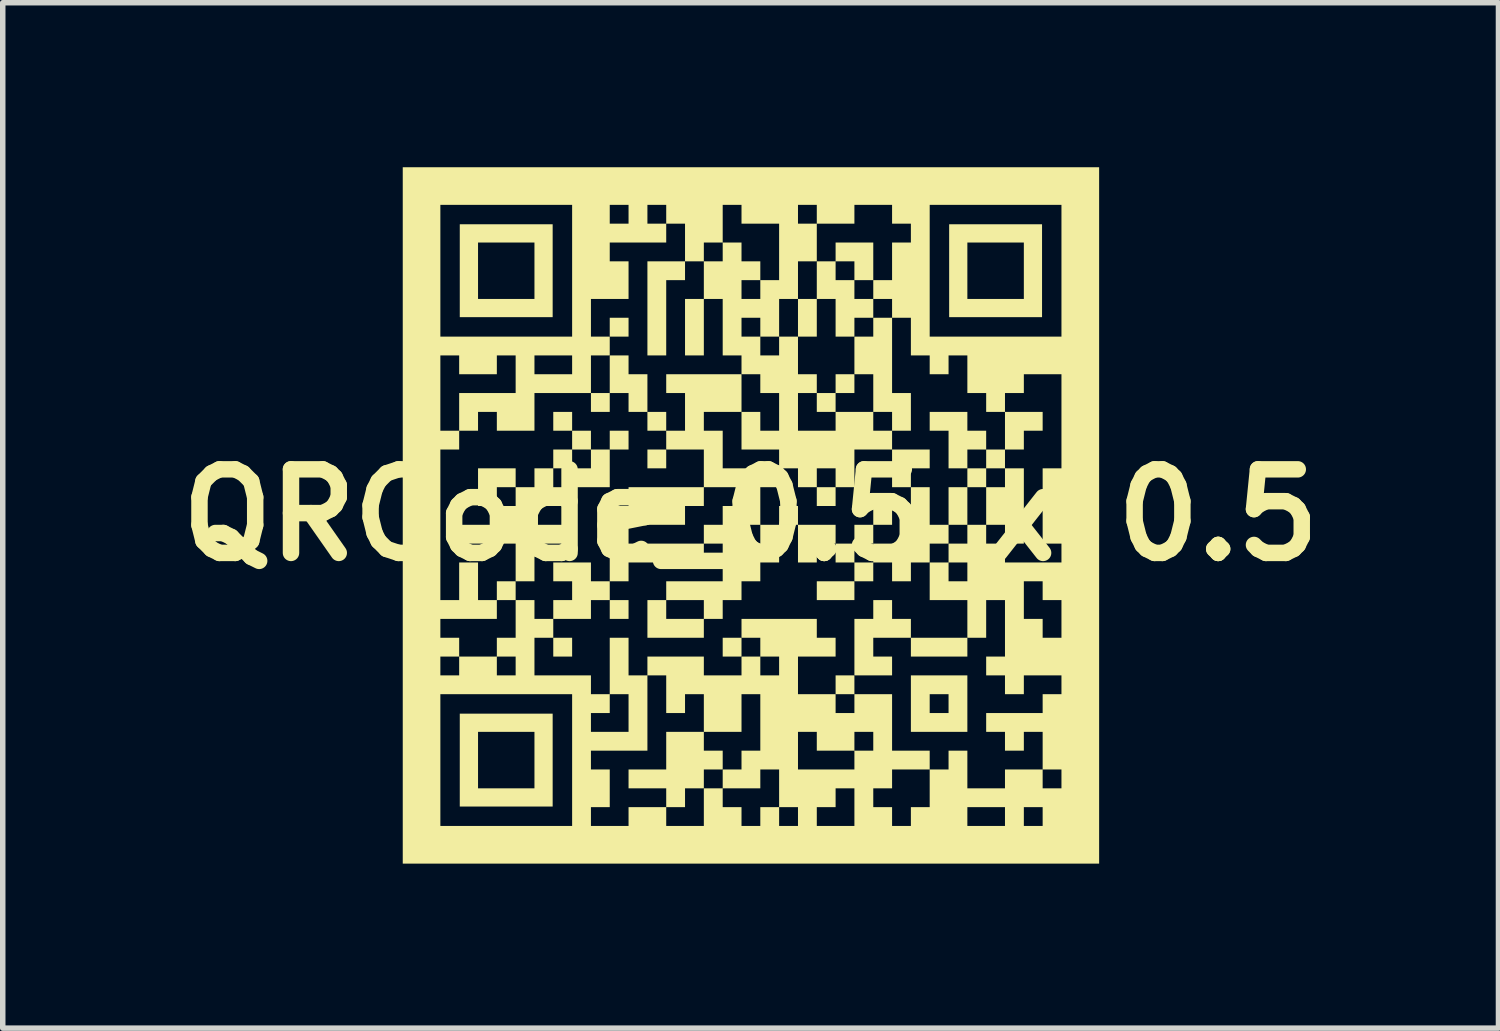
<source format=kicad_pcb>
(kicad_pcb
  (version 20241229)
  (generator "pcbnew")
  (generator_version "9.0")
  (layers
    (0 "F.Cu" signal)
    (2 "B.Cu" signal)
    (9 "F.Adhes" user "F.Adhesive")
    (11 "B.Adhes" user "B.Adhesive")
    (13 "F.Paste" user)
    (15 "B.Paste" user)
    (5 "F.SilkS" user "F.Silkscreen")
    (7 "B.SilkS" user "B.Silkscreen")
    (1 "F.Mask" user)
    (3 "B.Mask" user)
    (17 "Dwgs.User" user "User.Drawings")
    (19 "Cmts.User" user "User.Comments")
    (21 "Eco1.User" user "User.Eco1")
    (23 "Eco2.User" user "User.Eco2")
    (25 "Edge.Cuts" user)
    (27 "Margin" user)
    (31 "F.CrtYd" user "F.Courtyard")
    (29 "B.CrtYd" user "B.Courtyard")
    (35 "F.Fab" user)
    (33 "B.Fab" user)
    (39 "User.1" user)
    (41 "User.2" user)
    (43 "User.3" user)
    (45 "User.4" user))
  (footprint "QRCode_0.5 x 0.5"
    (layer "F.Cu")
    (at 10.639 6.344)
    (property "Reference" "QRCode_0.5 x 0.5" (at 0 0 0) (layer "F.SilkS") (effects (font (size 1.524 1.524) (thickness 0.3))))
    (attr board_only exclude_from_pos_files exclude_from_bom)
    (fp_poly (pts (xy -4.285 1.55) (xy -4.628 1.55) (xy -4.628 1.207) (xy -4.285 1.207)) (stroke (width 0) (type solid)) (fill yes) (layer "F.SilkS"))
    (fp_poly (pts (xy -3.255 -1.539) (xy -3.599 -1.539) (xy -3.599 -1.882) (xy -3.255 -1.882)) (stroke (width 0) (type solid)) (fill yes) (layer "F.SilkS"))
    (fp_poly (pts (xy -3.255 2.58) (xy -3.599 2.58) (xy -3.599 2.237) (xy -3.255 2.237)) (stroke (width 0) (type solid)) (fill yes) (layer "F.SilkS"))
    (fp_poly (pts (xy -2.569 -1.882) (xy -2.912 -1.882) (xy -2.912 -2.226) (xy -2.569 -2.226)) (stroke (width 0) (type solid)) (fill yes) (layer "F.SilkS"))
    (fp_poly (pts (xy -2.226 -3.255) (xy -2.569 -3.255) (xy -2.569 -3.599) (xy -2.226 -3.599)) (stroke (width 0) (type solid)) (fill yes) (layer "F.SilkS"))
    (fp_poly (pts (xy -2.226 -1.196) (xy -2.569 -1.196) (xy -2.569 -1.539) (xy -2.226 -1.539)) (stroke (width 0) (type solid)) (fill yes) (layer "F.SilkS"))
    (fp_poly (pts (xy -2.226 1.893) (xy -2.569 1.893) (xy -2.569 1.55) (xy -2.226 1.55)) (stroke (width 0) (type solid)) (fill yes) (layer "F.SilkS"))
    (fp_poly (pts (xy -1.539 -1.539) (xy -1.882 -1.539) (xy -1.882 -1.882) (xy -1.539 -1.882)) (stroke (width 0) (type solid)) (fill yes) (layer "F.SilkS"))
    (fp_poly (pts (xy -1.539 -0.853) (xy -1.882 -0.853) (xy -1.882 -1.196) (xy -1.539 -1.196)) (stroke (width 0) (type solid)) (fill yes) (layer "F.SilkS"))
    (fp_poly (pts (xy -0.853 -2.912) (xy -1.196 -2.912) (xy -1.196 -3.942) (xy -0.853 -3.942)) (stroke (width 0) (type solid)) (fill yes) (layer "F.SilkS"))
    (fp_poly (pts (xy -0.166 2.58) (xy -0.509 2.58) (xy -0.509 2.237) (xy -0.166 2.237)) (stroke (width 0) (type solid)) (fill yes) (layer "F.SilkS"))
    (fp_poly (pts (xy 0.864 0.177) (xy 0.52 0.177) (xy 0.52 -0.166) (xy 0.864 -0.166)) (stroke (width 0) (type solid)) (fill yes) (layer "F.SilkS"))
    (fp_poly (pts (xy 1.207 -3.255) (xy 0.864 -3.255) (xy 0.864 -3.942) (xy 1.207 -3.942)) (stroke (width 0) (type solid)) (fill yes) (layer "F.SilkS"))
    (fp_poly (pts (xy 1.55 -1.882) (xy 1.207 -1.882) (xy 1.207 -2.226) (xy 1.55 -2.226)) (stroke (width 0) (type solid)) (fill yes) (layer "F.SilkS"))
    (fp_poly (pts (xy 1.55 -0.166) (xy 1.207 -0.166) (xy 1.207 -0.509) (xy 1.55 -0.509)) (stroke (width 0) (type solid)) (fill yes) (layer "F.SilkS"))
    (fp_poly (pts (xy 1.893 -2.226) (xy 1.55 -2.226) (xy 1.55 -2.569) (xy 1.893 -2.569)) (stroke (width 0) (type solid)) (fill yes) (layer "F.SilkS"))
    (fp_poly (pts (xy 1.893 1.55) (xy 1.207 1.55) (xy 1.207 1.207) (xy 1.893 1.207)) (stroke (width 0) (type solid)) (fill yes) (layer "F.SilkS"))
    (fp_poly (pts (xy 1.893 3.266) (xy 1.55 3.266) (xy 1.55 2.923) (xy 1.893 2.923)) (stroke (width 0) (type solid)) (fill yes) (layer "F.SilkS"))
    (fp_poly (pts (xy 2.58 0.177) (xy 2.237 0.177) (xy 2.237 -0.166) (xy 2.58 -0.166)) (stroke (width 0) (type solid)) (fill yes) (layer "F.SilkS"))
    (fp_poly (pts (xy 3.953 0.177) (xy 3.61 0.177) (xy 3.61 -0.509) (xy 3.953 -0.509)) (stroke (width 0) (type solid)) (fill yes) (layer "F.SilkS"))
    (fp_poly (pts (xy 3.953 2.58) (xy 2.923 2.58) (xy 2.923 2.237) (xy 3.953 2.237)) (stroke (width 0) (type solid)) (fill yes) (layer "F.SilkS"))
    (fp_poly (pts (xy -1.196 -4.285) (xy -1.539 -4.285) (xy -1.539 -2.912) (xy -1.882 -2.912) (xy -1.882 -4.628) (xy -1.196 -4.628)) (stroke (width 0) (type solid)) (fill yes) (layer "F.SilkS"))
    (fp_poly (pts (xy 1.55 0.52) (xy 1.207 0.52) (xy 1.207 0.864) (xy 0.864 0.864) (xy 0.864 0.177) (xy 1.55 0.177)) (stroke (width 0) (type solid)) (fill yes) (layer "F.SilkS"))
    (fp_poly (pts (xy 3.266 -0.853) (xy 2.923 -0.853) (xy 2.923 -0.509) (xy 2.58 -0.509) (xy 2.58 -1.196) (xy 3.266 -1.196)) (stroke (width 0) (type solid)) (fill yes) (layer "F.SilkS"))
    (fp_poly (pts (xy 5.326 -1.539) (xy 4.983 -1.539) (xy 4.983 -1.196) (xy 4.639 -1.196) (xy 4.639 -1.882) (xy 5.326 -1.882)) (stroke (width 0) (type solid)) (fill yes) (layer "F.SilkS"))
    (fp_poly (pts (xy -2.569 -2.912) (xy -2.226 -2.912) (xy -2.226 -2.569) (xy -1.882 -2.569) (xy -1.882 -1.882) (xy -2.226 -1.882) (xy -2.226 -2.226) (xy -2.569 -2.226)) (stroke (width 0) (type solid)) (fill yes) (layer "F.SilkS"))
    (fp_poly (pts (xy 4.983 0.52) (xy 4.639 0.52) (xy 4.639 0.177) (xy 4.296 0.177) (xy 4.296 -0.509) (xy 4.639 -0.509) (xy 4.639 -0.853) (xy 4.983 -0.853)) (stroke (width 0) (type solid)) (fill yes) (layer "F.SilkS"))
    (fp_poly (pts (xy -3.61 -3.61) (xy -5.304 -3.61) (xy -5.304 -3.942) (xy -4.971 -3.942) (xy -3.942 -3.942) (xy -3.942 -4.971) (xy -4.971 -4.971) (xy -4.971 -3.942) (xy -5.304 -3.942) (xy -5.304 -5.304) (xy -3.61 -5.304)) (stroke (width 0) (type solid)) (fill yes) (layer "F.SilkS"))
    (fp_poly (pts (xy -3.61 5.315) (xy -5.304 5.315) (xy -5.304 4.983) (xy -4.971 4.983) (xy -3.942 4.983) (xy -3.942 3.953) (xy -4.971 3.953) (xy -4.971 4.983) (xy -5.304 4.983) (xy -5.304 3.621) (xy -3.61 3.621)) (stroke (width 0) (type solid)) (fill yes) (layer "F.SilkS"))
    (fp_poly (pts (xy 3.953 3.953) (xy 2.923 3.953) (xy 2.923 3.61) (xy 3.266 3.61) (xy 3.61 3.61) (xy 3.61 3.266) (xy 3.266 3.266) (xy 3.266 3.61) (xy 2.923 3.61) (xy 2.923 2.923) (xy 3.953 2.923)) (stroke (width 0) (type solid)) (fill yes) (layer "F.SilkS"))
    (fp_poly (pts (xy 5.315 -3.61) (xy 3.621 -3.61) (xy 3.621 -3.942) (xy 3.953 -3.942) (xy 4.983 -3.942) (xy 4.983 -4.971) (xy 3.953 -4.971) (xy 3.953 -3.942) (xy 3.621 -3.942) (xy 3.621 -5.304) (xy 5.315 -5.304)) (stroke (width 0) (type solid)) (fill yes) (layer "F.SilkS"))
    (fp_poly (pts (xy -2.912 1.207) (xy -2.569 1.207) (xy -2.569 1.55) (xy -2.912 1.55) (xy -2.912 1.893) (xy -3.599 1.893) (xy -3.599 1.55) (xy -3.255 1.55) (xy -3.255 1.207) (xy -3.599 1.207) (xy -3.599 0.864) (xy -2.912 0.864)) (stroke (width 0) (type solid)) (fill yes) (layer "F.SilkS"))
    (fp_poly (pts (xy 2.58 1.893) (xy 2.923 1.893) (xy 2.923 2.237) (xy 2.237 2.237) (xy 2.237 2.58) (xy 2.58 2.58) (xy 2.58 2.923) (xy 1.893 2.923) (xy 1.893 1.893) (xy 2.237 1.893) (xy 2.237 1.55) (xy 2.58 1.55)) (stroke (width 0) (type solid)) (fill yes) (layer "F.SilkS"))
    (fp_poly (pts (xy -0.853 4.296) (xy -0.509 4.296) (xy -0.509 4.639) (xy -0.853 4.639) (xy -0.853 4.983) (xy -1.196 4.983) (xy -1.196 5.326) (xy -1.539 5.326) (xy -1.539 4.983) (xy -2.226 4.983) (xy -2.226 4.639) (xy -1.539 4.639) (xy -1.539 3.953) (xy -0.853 3.953)) (stroke (width 0) (type solid)) (fill yes) (layer "F.SilkS"))
    (fp_poly (pts (xy 4.639 -1.196) (xy 4.639 -0.853) (xy 4.296 -0.853) (xy 4.296 -0.509) (xy 3.953 -0.509) (xy 3.953 -0.853) (xy 4.296 -0.853) (xy 4.296 -1.196) (xy 3.953 -1.196) (xy 3.953 -0.853) (xy 3.61 -0.853) (xy 3.61 -1.539) (xy 3.266 -1.539) (xy 3.266 -1.882) (xy 3.953 -1.882) (xy 3.953 -1.539) (xy 4.296 -1.539) (xy 4.296 -1.196)) (stroke (width 0) (type solid)) (fill yes) (layer "F.SilkS"))
    (fp_poly (pts (xy 3.266 0.177) (xy 3.61 0.177) (xy 3.61 0.52) (xy 3.266 0.52) (xy 3.266 0.864) (xy 2.923 0.864) (xy 2.923 1.207) (xy 2.58 1.207) (xy 2.58 0.864) (xy 2.237 0.864) (xy 2.237 1.207) (xy 1.893 1.207) (xy 1.893 0.864) (xy 2.237 0.864) (xy 2.237 0.52) (xy 1.893 0.52) (xy 1.893 0.864) (xy 1.55 0.864) (xy 1.55 0.52) (xy 1.893 0.52) (xy 1.893 0.177) (xy 2.237 0.177) (xy 2.237 0.52) (xy 2.923 0.52) (xy 2.923 -0.509) (xy 3.266 -0.509)) (stroke (width 0) (type solid)) (fill yes) (layer "F.SilkS"))
    (fp_poly (pts (xy 1.893 -3.255) (xy 2.237 -3.255) (xy 2.237 -3.599) (xy 1.893 -3.599) (xy 1.893 -3.255) (xy 1.55 -3.255) (xy 1.55 -3.942) (xy 1.207 -3.942) (xy 1.207 -4.285) (xy 1.55 -4.285) (xy 1.893 -4.285) (xy 1.893 -4.628) (xy 1.55 -4.628) (xy 1.55 -4.285) (xy 1.207 -4.285) (xy 1.207 -4.628) (xy 1.55 -4.628) (xy 1.55 -4.971) (xy 2.237 -4.971) (xy 2.237 -4.285) (xy 1.893 -4.285) (xy 1.893 -3.942) (xy 2.237 -3.942) (xy 2.237 -3.599) (xy 2.58 -3.599) (xy 2.58 -2.226) (xy 2.923 -2.226) (xy 2.923 -1.539) (xy 2.58 -1.539) (xy 2.58 -1.882) (xy 2.237 -1.882) (xy 2.237 -2.569) (xy 1.893 -2.569)) (stroke (width 0) (type solid)) (fill yes) (layer "F.SilkS"))
    (fp_poly (pts (xy -2.569 -1.196) (xy -2.569 -0.509) (xy -3.255 -0.509) (xy -3.255 -0.166) (xy -3.942 -0.166) (xy -3.942 0.177) (xy -3.255 0.177) (xy -3.255 0.52) (xy -3.942 0.52) (xy -3.942 1.207) (xy -4.285 1.207) (xy -4.285 0.52) (xy -5.315 0.52) (xy -5.315 0.177) (xy -4.628 0.177) (xy -4.628 -0.166) (xy -4.285 -0.166) (xy -4.285 -0.509) (xy -4.628 -0.509) (xy -4.628 -0.166) (xy -4.971 -0.166) (xy -4.971 -0.853) (xy -4.285 -0.853) (xy -4.285 -0.509) (xy -3.942 -0.509) (xy -3.599 -0.509) (xy -3.255 -0.509) (xy -3.255 -0.853) (xy -2.912 -0.853) (xy -2.912 -1.196) (xy -3.255 -1.196) (xy -3.255 -0.853) (xy -3.599 -0.853) (xy -3.599 -0.509) (xy -3.942 -0.509) (xy -3.942 -0.853) (xy -3.599 -0.853) (xy -3.599 -1.196) (xy -3.255 -1.196) (xy -3.255 -1.539) (xy -2.912 -1.539) (xy -2.912 -1.196)) (stroke (width 0) (type solid)) (fill yes) (layer "F.SilkS"))
    (fp_poly (pts (xy -1.539 -1.539) (xy -1.196 -1.539) (xy -1.196 -2.226) (xy -1.539 -2.226) (xy -1.539 -2.569) (xy -0.166 -2.569) (xy -0.166 -1.882) (xy -0.853 -1.882) (xy -0.853 -1.539) (xy -0.509 -1.539) (xy -0.509 -0.853) (xy 0.52 -0.853) (xy 0.52 -0.509) (xy 0.177 -0.509) (xy 0.177 0.177) (xy 0.52 0.177) (xy 0.52 0.864) (xy 0.177 0.864) (xy 0.177 1.207) (xy -0.166 1.207) (xy -0.166 1.55) (xy -0.509 1.55) (xy -0.509 1.893) (xy -0.853 1.893) (xy -0.853 2.237) (xy -1.882 2.237) (xy -1.882 1.893) (xy -1.539 1.893) (xy -0.853 1.893) (xy -0.853 1.55) (xy -1.539 1.55) (xy -1.539 1.893) (xy -1.882 1.893) (xy -1.882 1.55) (xy -1.539 1.55) (xy -1.539 1.207) (xy -0.509 1.207) (xy -0.509 0.52) (xy -0.166 0.52) (xy 0.177 0.52) (xy 0.177 0.177) (xy -0.166 0.177) (xy -0.166 0.52) (xy -0.509 0.52) (xy -0.853 0.52) (xy -0.853 0.864) (xy -2.226 0.864) (xy -2.226 1.207) (xy -2.569 1.207) (xy -2.569 0.52) (xy -2.226 0.52) (xy -0.853 0.52) (xy -0.853 0.177) (xy -0.509 0.177) (xy -0.509 -0.166) (xy -0.166 -0.166) (xy -0.166 -0.509) (xy -0.853 -0.509) (xy -0.853 -0.166) (xy -1.196 -0.166) (xy -1.196 0.177) (xy -2.226 0.177) (xy -2.226 0.52) (xy -2.569 0.52) (xy -2.569 -0.166) (xy -2.226 -0.166) (xy -2.226 -0.509) (xy -0.853 -0.509) (xy -0.853 -1.196) (xy -1.539 -1.196)) (stroke (width 0) (type solid)) (fill yes) (layer "F.SilkS"))
    (fp_poly (pts (xy 6.356 6.356) (xy -6.344 6.356) (xy -6.344 5.669) (xy -5.658 5.669) (xy -3.255 5.669) (xy -2.912 5.669) (xy -2.226 5.669) (xy -2.226 5.326) (xy -1.539 5.326) (xy -1.539 5.669) (xy -0.853 5.669) (xy -0.853 5.326) (xy -0.509 5.326) (xy -0.166 5.326) (xy -0.166 5.669) (xy 0.177 5.669) (xy 0.52 5.669) (xy 0.864 5.669) (xy 1.207 5.669) (xy 1.893 5.669) (xy 1.893 5.326) (xy 2.237 5.326) (xy 2.58 5.326) (xy 2.58 5.669) (xy 2.923 5.669) (xy 3.953 5.669) (xy 4.639 5.669) (xy 4.983 5.669) (xy 5.326 5.669) (xy 5.326 5.326) (xy 4.983 5.326) (xy 4.983 5.669) (xy 4.639 5.669) (xy 4.639 5.326) (xy 3.953 5.326) (xy 3.953 5.669) (xy 2.923 5.669) (xy 2.923 5.326) (xy 3.266 5.326) (xy 3.266 4.639) (xy 2.58 4.639) (xy 2.58 4.983) (xy 2.237 4.983) (xy 2.237 5.326) (xy 1.893 5.326) (xy 1.893 4.983) (xy 1.55 4.983) (xy 1.55 5.326) (xy 1.207 5.326) (xy 1.207 5.669) (xy 0.864 5.669) (xy 0.864 5.326) (xy 0.52 5.326) (xy 0.52 5.669) (xy 0.177 5.669) (xy 0.177 5.326) (xy 0.52 5.326) (xy 0.52 4.639) (xy 0.864 4.639) (xy 1.893 4.639) (xy 1.893 4.296) (xy 2.237 4.296) (xy 2.237 3.953) (xy 1.893 3.953) (xy 1.893 4.296) (xy 1.207 4.296) (xy 1.207 3.953) (xy 0.864 3.953) (xy 0.864 4.639) (xy 0.52 4.639) (xy 0.177 4.639) (xy 0.177 4.983) (xy -0.509 4.983) (xy -0.509 5.326) (xy -0.853 5.326) (xy -0.853 4.983) (xy -0.509 4.983) (xy -0.509 4.639) (xy -0.166 4.639) (xy -0.166 4.296) (xy 0.177 4.296) (xy 0.177 3.266) (xy -0.166 3.266) (xy -0.166 3.953) (xy -0.853 3.953) (xy -0.853 3.266) (xy -1.196 3.266) (xy -1.196 3.61) (xy -1.539 3.61) (xy -1.539 2.923) (xy -1.882 2.923) (xy -1.882 4.296) (xy -2.912 4.296) (xy -2.912 4.639) (xy -2.569 4.639) (xy -2.569 5.326) (xy -2.912 5.326) (xy -2.912 5.669) (xy -3.255 5.669) (xy -3.255 3.953) (xy -2.912 3.953) (xy -2.226 3.953) (xy -2.226 3.266) (xy -2.569 3.266) (xy -2.569 3.61) (xy -2.912 3.61) (xy -2.912 3.953) (xy -3.255 3.953) (xy -3.255 3.266) (xy -5.658 3.266) (xy -5.658 5.669) (xy -6.344 5.669) (xy -6.344 2.923) (xy -5.658 2.923) (xy -5.315 2.923) (xy -4.628 2.923) (xy -4.285 2.923) (xy -4.285 2.58) (xy -4.628 2.58) (xy -4.628 2.923) (xy -5.315 2.923) (xy -5.315 2.58) (xy -5.658 2.58) (xy -5.658 2.923) (xy -6.344 2.923) (xy -6.344 2.237) (xy -5.658 2.237) (xy -5.315 2.237) (xy -5.315 2.58) (xy -4.628 2.58) (xy -4.628 2.237) (xy -4.285 2.237) (xy -4.285 1.55) (xy -3.942 1.55) (xy -3.942 1.893) (xy -3.599 1.893) (xy -3.599 2.237) (xy -3.942 2.237) (xy -3.942 2.923) (xy -2.912 2.923) (xy -2.912 3.266) (xy -2.569 3.266) (xy -2.569 2.237) (xy -2.226 2.237) (xy -2.226 2.923) (xy -1.882 2.923) (xy -1.882 2.58) (xy -0.853 2.58) (xy -0.853 2.923) (xy -0.166 2.923) (xy 0.177 2.923) (xy 0.52 2.923) (xy 0.52 2.58) (xy 0.177 2.58) (xy 0.177 2.923) (xy -0.166 2.923) (xy -0.166 2.58) (xy 0.177 2.58) (xy 0.177 2.237) (xy -0.166 2.237) (xy -0.166 1.893) (xy 1.207 1.893) (xy 1.207 2.237) (xy 1.55 2.237) (xy 1.55 2.58) (xy 0.864 2.58) (xy 0.864 3.266) (xy 1.55 3.266) (xy 1.55 3.61) (xy 1.893 3.61) (xy 1.893 3.266) (xy 2.58 3.266) (xy 2.58 4.296) (xy 3.266 4.296) (xy 3.266 4.639) (xy 3.61 4.639) (xy 3.61 4.296) (xy 3.953 4.296) (xy 3.953 4.983) (xy 4.639 4.983) (xy 5.326 4.983) (xy 5.669 4.983) (xy 5.669 4.639) (xy 5.326 4.639) (xy 5.326 4.983) (xy 4.639 4.983) (xy 4.639 4.639) (xy 5.326 4.639) (xy 5.326 3.953) (xy 4.983 3.953) (xy 4.983 4.296) (xy 4.639 4.296) (xy 4.639 3.953) (xy 4.296 3.953) (xy 4.296 3.61) (xy 5.326 3.61) (xy 5.326 3.266) (xy 5.669 3.266) (xy 5.669 2.923) (xy 4.983 2.923) (xy 4.983 3.266) (xy 4.639 3.266) (xy 4.639 2.923) (xy 4.296 2.923) (xy 4.296 2.58) (xy 4.639 2.58) (xy 4.639 1.893) (xy 4.983 1.893) (xy 5.326 1.893) (xy 5.326 2.237) (xy 5.669 2.237) (xy 5.669 1.55) (xy 5.326 1.55) (xy 5.326 1.207) (xy 4.983 1.207) (xy 4.983 1.893) (xy 4.639 1.893) (xy 4.639 1.55) (xy 4.296 1.55) (xy 4.296 2.237) (xy 3.953 2.237) (xy 3.953 1.55) (xy 3.266 1.55) (xy 3.266 1.207) (xy 3.61 1.207) (xy 3.953 1.207) (xy 3.953 0.864) (xy 3.61 0.864) (xy 3.61 1.207) (xy 3.266 1.207) (xy 3.266 0.864) (xy 3.61 0.864) (xy 3.61 0.52) (xy 3.953 0.52) (xy 3.953 0.177) (xy 4.296 0.177) (xy 4.296 0.52) (xy 4.639 0.52) (xy 4.639 0.864) (xy 5.669 0.864) (xy 5.669 0.52) (xy 5.326 0.52) (xy 5.326 -0.853) (xy 5.669 -0.853) (xy 5.669 -2.569) (xy 4.983 -2.569) (xy 4.983 -2.226) (xy 4.639 -2.226) (xy 4.639 -1.882) (xy 4.296 -1.882) (xy 4.296 -2.226) (xy 3.953 -2.226) (xy 3.953 -2.912) (xy 3.61 -2.912) (xy 3.61 -2.569) (xy 3.266 -2.569) (xy 3.266 -2.912) (xy 2.923 -2.912) (xy 2.923 -3.255) (xy 3.266 -3.255) (xy 5.669 -3.255) (xy 5.669 -5.658) (xy 3.266 -5.658) (xy 3.266 -3.255) (xy 2.923 -3.255) (xy 2.923 -3.599) (xy 2.58 -3.599) (xy 2.58 -3.942) (xy 2.237 -3.942) (xy 2.237 -4.285) (xy 2.58 -4.285) (xy 2.58 -4.971) (xy 2.923 -4.971) (xy 2.923 -5.315) (xy 2.58 -5.315) (xy 2.58 -5.658) (xy 1.893 -5.658) (xy 1.893 -5.315) (xy 1.207 -5.315) (xy 1.207 -4.628) (xy 0.864 -4.628) (xy 0.864 -3.942) (xy 0.52 -3.942) (xy 0.52 -3.255) (xy 0.864 -3.255) (xy 0.864 -2.569) (xy 1.207 -2.569) (xy 1.207 -2.226) (xy 0.864 -2.226) (xy 0.864 -1.539) (xy 1.55 -1.539) (xy 1.55 -1.882) (xy 2.237 -1.882) (xy 2.237 -1.539) (xy 2.58 -1.539) (xy 2.58 -1.196) (xy 1.893 -1.196) (xy 1.893 -0.509) (xy 1.55 -0.509) (xy 1.55 -0.853) (xy 1.207 -0.853) (xy 1.207 -0.509) (xy 0.864 -0.509) (xy 0.864 -0.853) (xy 0.52 -0.853) (xy 0.52 -1.196) (xy -0.166 -1.196) (xy -0.166 -1.882) (xy 0.177 -1.882) (xy 0.177 -1.539) (xy 0.52 -1.539) (xy 0.52 -2.226) (xy 0.177 -2.226) (xy 0.177 -2.569) (xy -0.166 -2.569) (xy -0.166 -2.912) (xy 0.177 -2.912) (xy 0.52 -2.912) (xy 0.52 -3.255) (xy 0.177 -3.255) (xy 0.177 -2.912) (xy -0.166 -2.912) (xy -0.509 -2.912) (xy -0.509 -3.255) (xy -0.166 -3.255) (xy 0.177 -3.255) (xy 0.177 -3.599) (xy -0.166 -3.599) (xy -0.166 -3.255) (xy -0.509 -3.255) (xy -0.509 -3.942) (xy -0.166 -3.942) (xy 0.177 -3.942) (xy 0.177 -4.285) (xy -0.166 -4.285) (xy -0.166 -3.942) (xy -0.509 -3.942) (xy -0.853 -3.942) (xy -0.853 -4.628) (xy -0.509 -4.628) (xy -0.509 -4.971) (xy -0.166 -4.971) (xy -0.166 -4.628) (xy 0.177 -4.628) (xy 0.177 -4.285) (xy 0.52 -4.285) (xy 0.52 -5.315) (xy 0.864 -5.315) (xy 1.207 -5.315) (xy 1.207 -5.658) (xy 0.864 -5.658) (xy 0.864 -5.315) (xy 0.52 -5.315) (xy -0.166 -5.315) (xy -0.166 -5.658) (xy -0.509 -5.658) (xy -0.509 -4.971) (xy -0.853 -4.971) (xy -0.853 -4.628) (xy -1.196 -4.628) (xy -1.196 -5.315) (xy -1.539 -5.315) (xy -1.539 -4.971) (xy -2.569 -4.971) (xy -2.569 -4.628) (xy -2.226 -4.628) (xy -2.226 -3.942) (xy -2.912 -3.942) (xy -2.912 -3.255) (xy -2.569 -3.255) (xy -2.569 -2.912) (xy -2.912 -2.912) (xy -2.912 -2.226) (xy -3.942 -2.226) (xy -3.942 -1.539) (xy -4.628 -1.539) (xy -4.628 -1.882) (xy -4.971 -1.882) (xy -4.971 -1.539) (xy -5.315 -1.539) (xy -5.315 -1.196) (xy -5.658 -1.196) (xy -5.658 1.55) (xy -5.315 1.55) (xy -5.315 0.864) (xy -4.971 0.864) (xy -4.971 1.55) (xy -4.628 1.55) (xy -4.628 1.893) (xy -5.658 1.893) (xy -5.658 2.237) (xy -6.344 2.237) (xy -6.344 -1.539) (xy -5.658 -1.539) (xy -5.315 -1.539) (xy -5.315 -2.226) (xy -4.285 -2.226) (xy -4.285 -2.569) (xy -3.942 -2.569) (xy -3.255 -2.569) (xy -3.255 -2.912) (xy -3.942 -2.912) (xy -3.942 -2.569) (xy -4.285 -2.569) (xy -4.285 -2.912) (xy -4.628 -2.912) (xy -4.628 -2.569) (xy -5.315 -2.569) (xy -5.315 -2.912) (xy -5.658 -2.912) (xy -5.658 -1.539) (xy -6.344 -1.539) (xy -6.344 -3.255) (xy -5.658 -3.255) (xy -3.255 -3.255) (xy -3.255 -5.315) (xy -2.569 -5.315) (xy -2.226 -5.315) (xy -1.882 -5.315) (xy -1.539 -5.315) (xy -1.539 -5.658) (xy -1.882 -5.658) (xy -1.882 -5.315) (xy -2.226 -5.315) (xy -2.226 -5.658) (xy -2.569 -5.658) (xy -2.569 -5.315) (xy -3.255 -5.315) (xy -3.255 -5.658) (xy -5.658 -5.658) (xy -5.658 -3.255) (xy -6.344 -3.255) (xy -6.344 -6.344) (xy 6.356 -6.344)) (stroke (width 0) (type solid)) (fill yes) (layer "F.SilkS")))
  (gr_rect
    (start -3 -3)
    (end 24.278 15.7)
    (stroke (width 0.1) (type default))
    (fill no)
    (layer "Edge.Cuts")))
</source>
